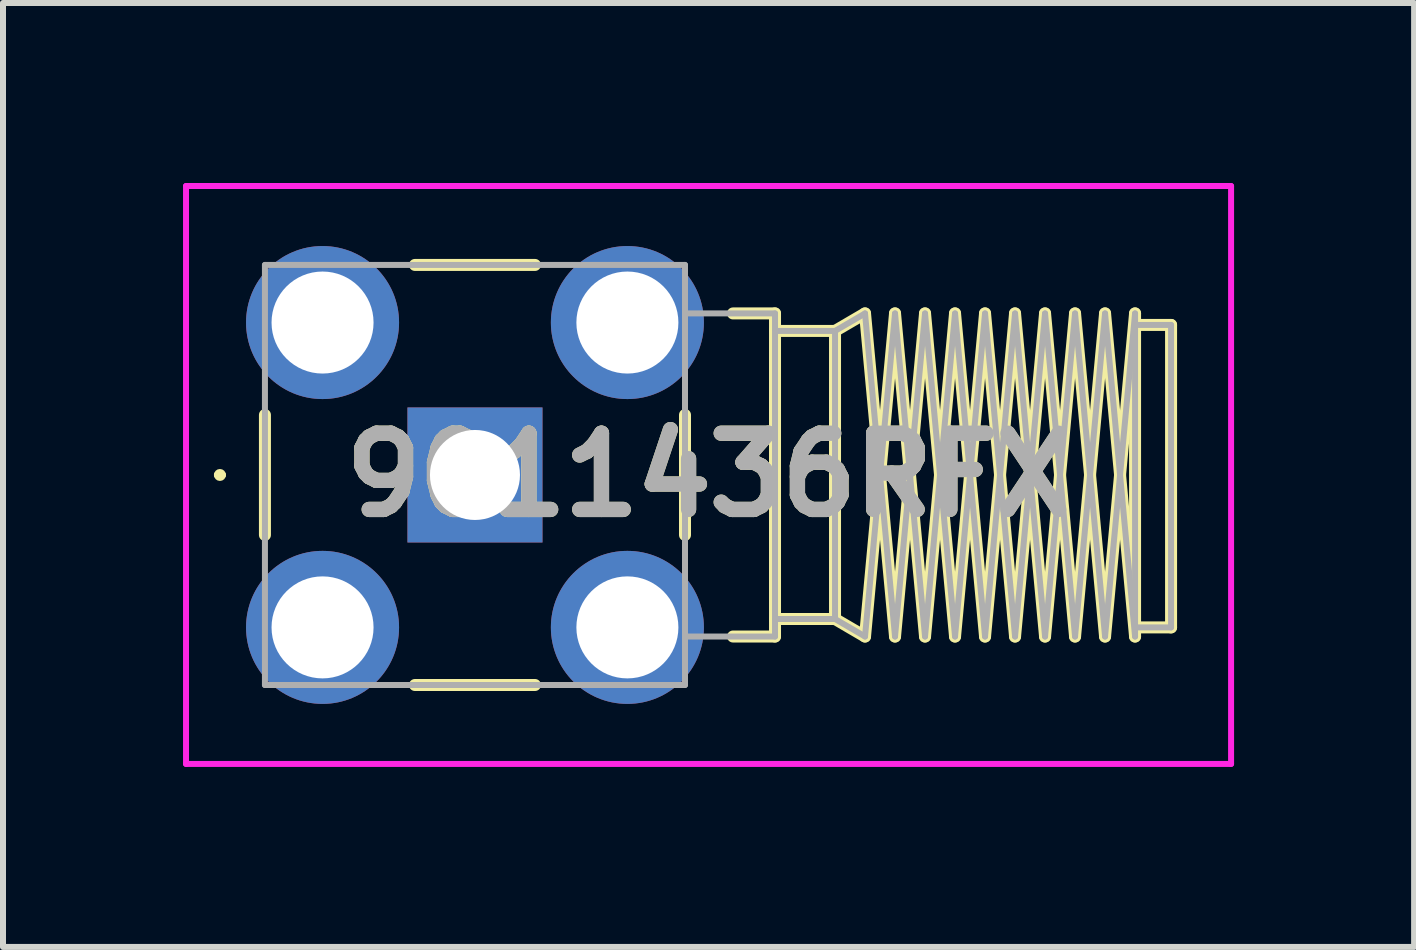
<source format=kicad_pcb>
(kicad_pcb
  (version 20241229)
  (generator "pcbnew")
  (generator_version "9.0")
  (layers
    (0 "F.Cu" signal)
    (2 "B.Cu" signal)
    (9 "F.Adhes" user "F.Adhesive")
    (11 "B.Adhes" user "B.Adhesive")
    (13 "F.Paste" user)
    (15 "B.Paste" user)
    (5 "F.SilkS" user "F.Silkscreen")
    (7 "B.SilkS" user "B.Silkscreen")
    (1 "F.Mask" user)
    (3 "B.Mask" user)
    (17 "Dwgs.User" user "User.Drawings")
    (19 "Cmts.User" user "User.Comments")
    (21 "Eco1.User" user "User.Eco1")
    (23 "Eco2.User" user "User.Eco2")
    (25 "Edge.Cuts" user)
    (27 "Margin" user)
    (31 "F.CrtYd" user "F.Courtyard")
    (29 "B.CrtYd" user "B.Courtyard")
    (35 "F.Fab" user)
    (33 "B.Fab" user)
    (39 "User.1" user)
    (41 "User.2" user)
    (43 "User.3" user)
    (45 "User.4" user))
  (footprint "9011436RFX"
    (layer "F.Cu")
    (at 4.865 4.865)
    (property "Reference" "9011436RFX" (at 3.892 0 0) (layer "F.SilkS") (effects (font (size 1.27 1.27) (thickness 0.254))))
    (attr through_hole)
    (fp_line (start -4.3 0) (end -4.3 0) (stroke (width 0.1) (type solid)) (layer "F.SilkS"))
    (fp_line (start -4.2 0) (end -4.2 0) (stroke (width 0.1) (type solid)) (layer "F.SilkS"))
    (fp_line (start -3.5 -1) (end -3.5 1) (stroke (width 0.2) (type solid)) (layer "F.SilkS"))
    (fp_line (start -1 -3.5) (end 1 -3.5) (stroke (width 0.2) (type solid)) (layer "F.SilkS"))
    (fp_line (start -1 3.5) (end 1 3.5) (stroke (width 0.2) (type solid)) (layer "F.SilkS"))
    (fp_line (start 3.5 -1) (end 3.5 1) (stroke (width 0.2) (type solid)) (layer "F.SilkS"))
    (fp_line (start 4.3 -2.692) (end 5 -2.692) (stroke (width 0.2) (type solid)) (layer "F.SilkS"))
    (fp_line (start 5 -2.692) (end 5 2.692) (stroke (width 0.2) (type solid)) (layer "F.SilkS"))
    (fp_line (start 5 -2.4) (end 6 -2.4) (stroke (width 0.2) (type solid)) (layer "F.SilkS"))
    (fp_line (start 5 2.692) (end 4.3 2.692) (stroke (width 0.2) (type solid)) (layer "F.SilkS"))
    (fp_line (start 6 -2.4) (end 6 2.4) (stroke (width 0.2) (type solid)) (layer "F.SilkS"))
    (fp_line (start 6 -2.4) (end 6.5 -2.692) (stroke (width 0.2) (type solid)) (layer "F.SilkS"))
    (fp_line (start 6 2.4) (end 5 2.4) (stroke (width 0.2) (type solid)) (layer "F.SilkS"))
    (fp_line (start 6.5 -2.692) (end 7 2.692) (stroke (width 0.2) (type solid)) (layer "F.SilkS"))
    (fp_line (start 6.5 2.692) (end 6 2.4) (stroke (width 0.2) (type solid)) (layer "F.SilkS"))
    (fp_line (start 7 -2.692) (end 6.5 2.692) (stroke (width 0.2) (type solid)) (layer "F.SilkS"))
    (fp_line (start 7 2.692) (end 7.5 -2.692) (stroke (width 0.2) (type solid)) (layer "F.SilkS"))
    (fp_line (start 7.5 -2.692) (end 8 2.692) (stroke (width 0.2) (type solid)) (layer "F.SilkS"))
    (fp_line (start 7.5 2.692) (end 7 -2.692) (stroke (width 0.2) (type solid)) (layer "F.SilkS"))
    (fp_line (start 8 -2.692) (end 7.5 2.692) (stroke (width 0.2) (type solid)) (layer "F.SilkS"))
    (fp_line (start 8 2.692) (end 8.5 -2.692) (stroke (width 0.2) (type solid)) (layer "F.SilkS"))
    (fp_line (start 8.5 -2.692) (end 9 2.692) (stroke (width 0.2) (type solid)) (layer "F.SilkS"))
    (fp_line (start 8.5 2.692) (end 8 -2.692) (stroke (width 0.2) (type solid)) (layer "F.SilkS"))
    (fp_line (start 9 -2.692) (end 8.5 2.692) (stroke (width 0.2) (type solid)) (layer "F.SilkS"))
    (fp_line (start 9 2.692) (end 9.5 -2.692) (stroke (width 0.2) (type solid)) (layer "F.SilkS"))
    (fp_line (start 9.5 -2.692) (end 10 2.692) (stroke (width 0.2) (type solid)) (layer "F.SilkS"))
    (fp_line (start 9.5 2.692) (end 9 -2.692) (stroke (width 0.2) (type solid)) (layer "F.SilkS"))
    (fp_line (start 10 -2.692) (end 9.5 2.692) (stroke (width 0.2) (type solid)) (layer "F.SilkS"))
    (fp_line (start 10 2.692) (end 10.5 -2.692) (stroke (width 0.2) (type solid)) (layer "F.SilkS"))
    (fp_line (start 10.5 -2.692) (end 11 2.692) (stroke (width 0.2) (type solid)) (layer "F.SilkS"))
    (fp_line (start 10.5 2.692) (end 10 -2.692) (stroke (width 0.2) (type solid)) (layer "F.SilkS"))
    (fp_line (start 11 -2.692) (end 10.5 2.692) (stroke (width 0.2) (type solid)) (layer "F.SilkS"))
    (fp_line (start 11 -2.5) (end 11.6 -2.5) (stroke (width 0.2) (type solid)) (layer "F.SilkS"))
    (fp_line (start 11 2.692) (end 11 -2.692) (stroke (width 0.2) (type solid)) (layer "F.SilkS"))
    (fp_line (start 11.6 -2.5) (end 11.6 2.54) (stroke (width 0.2) (type solid)) (layer "F.SilkS"))
    (fp_line (start 11.6 2.54) (end 11 2.54) (stroke (width 0.2) (type solid)) (layer "F.SilkS"))
    (fp_arc (start -4.3 0) (mid -4.25 -0.05) (end -4.2 0) (stroke (width 0.1) (type solid)) (layer "F.SilkS"))
    (fp_arc (start -4.2 0) (mid -4.25 0.05) (end -4.3 0) (stroke (width 0.1) (type solid)) (layer "F.SilkS"))
    (fp_line (start -4.815 -4.815) (end 12.6 -4.815) (stroke (width 0.1) (type solid)) (layer "F.CrtYd"))
    (fp_line (start -4.815 4.815) (end -4.815 -4.815) (stroke (width 0.1) (type solid)) (layer "F.CrtYd"))
    (fp_line (start 12.6 -4.815) (end 12.6 4.815) (stroke (width 0.1) (type solid)) (layer "F.CrtYd"))
    (fp_line (start 12.6 4.815) (end -4.815 4.815) (stroke (width 0.1) (type solid)) (layer "F.CrtYd"))
    (fp_line (start -3.5 -3.5) (end 3.5 -3.5) (stroke (width 0.1) (type solid)) (layer "F.Fab"))
    (fp_line (start -3.5 3.5) (end -3.5 -3.5) (stroke (width 0.1) (type solid)) (layer "F.Fab"))
    (fp_line (start 3.5 -3.5) (end 3.5 3.5) (stroke (width 0.1) (type solid)) (layer "F.Fab"))
    (fp_line (start 3.5 -2.692) (end 5 -2.692) (stroke (width 0.1) (type solid)) (layer "F.Fab"))
    (fp_line (start 3.5 3.5) (end -3.5 3.5) (stroke (width 0.1) (type solid)) (layer "F.Fab"))
    (fp_line (start 5 -2.692) (end 5 2.692) (stroke (width 0.1) (type solid)) (layer "F.Fab"))
    (fp_line (start 5 -2.4) (end 6 -2.4) (stroke (width 0.1) (type solid)) (layer "F.Fab"))
    (fp_line (start 5 2.692) (end 3.5 2.692) (stroke (width 0.1) (type solid)) (layer "F.Fab"))
    (fp_line (start 6 -2.4) (end 6 2.4) (stroke (width 0.1) (type solid)) (layer "F.Fab"))
    (fp_line (start 6 -2.4) (end 6.5 -2.692) (stroke (width 0.1) (type solid)) (layer "F.Fab"))
    (fp_line (start 6 2.4) (end 5 2.4) (stroke (width 0.1) (type solid)) (layer "F.Fab"))
    (fp_line (start 6.5 -2.692) (end 7 2.692) (stroke (width 0.1) (type solid)) (layer "F.Fab"))
    (fp_line (start 6.5 2.692) (end 6 2.4) (stroke (width 0.1) (type solid)) (layer "F.Fab"))
    (fp_line (start 7 -2.692) (end 6.5 2.692) (stroke (width 0.1) (type solid)) (layer "F.Fab"))
    (fp_line (start 7 2.692) (end 7.5 -2.692) (stroke (width 0.1) (type solid)) (layer "F.Fab"))
    (fp_line (start 7.5 -2.692) (end 8 2.692) (stroke (width 0.1) (type solid)) (layer "F.Fab"))
    (fp_line (start 7.5 2.692) (end 7 -2.692) (stroke (width 0.1) (type solid)) (layer "F.Fab"))
    (fp_line (start 8 -2.692) (end 7.5 2.692) (stroke (width 0.1) (type solid)) (layer "F.Fab"))
    (fp_line (start 8 2.692) (end 8.5 -2.692) (stroke (width 0.1) (type solid)) (layer "F.Fab"))
    (fp_line (start 8.5 -2.692) (end 9 2.692) (stroke (width 0.1) (type solid)) (layer "F.Fab"))
    (fp_line (start 8.5 2.692) (end 8 -2.692) (stroke (width 0.1) (type solid)) (layer "F.Fab"))
    (fp_line (start 9 -2.692) (end 8.5 2.692) (stroke (width 0.1) (type solid)) (layer "F.Fab"))
    (fp_line (start 9 2.692) (end 9.5 -2.692) (stroke (width 0.1) (type solid)) (layer "F.Fab"))
    (fp_line (start 9.5 -2.692) (end 10 2.692) (stroke (width 0.1) (type solid)) (layer "F.Fab"))
    (fp_line (start 9.5 2.692) (end 9 -2.692) (stroke (width 0.1) (type solid)) (layer "F.Fab"))
    (fp_line (start 10 -2.692) (end 9.5 2.692) (stroke (width 0.1) (type solid)) (layer "F.Fab"))
    (fp_line (start 10 2.692) (end 10.5 -2.692) (stroke (width 0.1) (type solid)) (layer "F.Fab"))
    (fp_line (start 10.5 -2.692) (end 11 2.692) (stroke (width 0.1) (type solid)) (layer "F.Fab"))
    (fp_line (start 10.5 2.692) (end 10 -2.692) (stroke (width 0.1) (type solid)) (layer "F.Fab"))
    (fp_line (start 11 -2.692) (end 10.5 2.692) (stroke (width 0.1) (type solid)) (layer "F.Fab"))
    (fp_line (start 11 -2.5) (end 11.6 -2.5) (stroke (width 0.1) (type solid)) (layer "F.Fab"))
    (fp_line (start 11 2.692) (end 11 -2.692) (stroke (width 0.1) (type solid)) (layer "F.Fab"))
    (fp_line (start 11.6 -2.5) (end 11.6 2.54) (stroke (width 0.1) (type solid)) (layer "F.Fab"))
    (fp_line (start 11.6 2.54) (end 11 2.54) (stroke (width 0.1) (type solid)) (layer "F.Fab"))
    (fp_text user "${REFERENCE}" (at 3.892 0 0) (layer "F.Fab") (effects (font (size 1.27 1.27) (thickness 0.254))))
    (pad "1" thru_hole rect (at 0 0) (size 2.25 2.25) (drill 1.5) (layers "*.Cu" "*.Mask"))
    (pad "2" thru_hole circle (at -2.54 2.54) (size 2.55 2.55) (drill 1.7) (layers "*.Cu" "*.Mask"))
    (pad "3" thru_hole circle (at 2.54 2.54) (size 2.55 2.55) (drill 1.7) (layers "*.Cu" "*.Mask"))
    (pad "4" thru_hole circle (at 2.54 -2.54) (size 2.55 2.55) (drill 1.7) (layers "*.Cu" "*.Mask"))
    (pad "5" thru_hole circle (at -2.54 -2.54) (size 2.55 2.55) (drill 1.7) (layers "*.Cu" "*.Mask")))
  (gr_rect
    (start -3 -3)
    (end 20.515 12.73)
    (stroke (width 0.1) (type default))
    (fill no)
    (layer "Edge.Cuts")))
</source>
